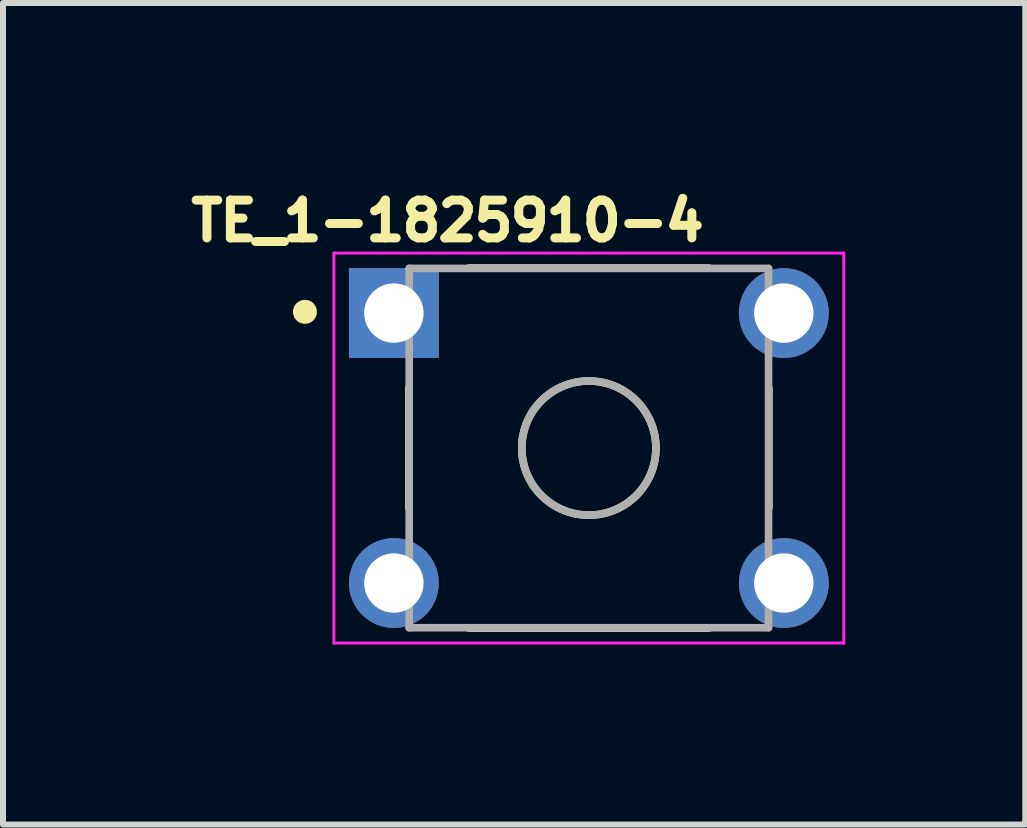
<source format=kicad_pcb>
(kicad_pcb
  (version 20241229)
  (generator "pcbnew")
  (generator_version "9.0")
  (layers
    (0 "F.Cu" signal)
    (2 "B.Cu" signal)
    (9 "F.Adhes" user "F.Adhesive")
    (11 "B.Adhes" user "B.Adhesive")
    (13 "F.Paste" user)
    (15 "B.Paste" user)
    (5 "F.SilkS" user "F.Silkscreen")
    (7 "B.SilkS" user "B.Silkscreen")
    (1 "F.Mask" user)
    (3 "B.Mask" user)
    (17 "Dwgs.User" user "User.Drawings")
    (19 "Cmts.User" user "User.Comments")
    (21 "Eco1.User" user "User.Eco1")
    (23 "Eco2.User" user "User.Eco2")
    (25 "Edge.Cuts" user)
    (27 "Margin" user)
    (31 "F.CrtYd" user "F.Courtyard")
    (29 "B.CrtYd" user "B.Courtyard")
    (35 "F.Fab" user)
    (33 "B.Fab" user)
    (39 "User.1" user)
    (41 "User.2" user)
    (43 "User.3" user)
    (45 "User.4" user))
  (footprint "TE_1-1825910-4"
    (layer "F.Cu")
    (at 6.766 4.419)
    (property "Reference" "TE_1-1825910-4" (at -2.355 -3.787 0) (layer "F.SilkS") (effects (font (size 0.631 0.631) (thickness 0.15))))
    (attr through_hole)
    (fp_line (start -3 -1) (end -3 1) (stroke (width 0.127) (type solid)) (layer "F.SilkS"))
    (fp_line (start -2 -3) (end 2 -3) (stroke (width 0.127) (type solid)) (layer "F.SilkS"))
    (fp_line (start -2 3) (end 2 3) (stroke (width 0.127) (type solid)) (layer "F.SilkS"))
    (fp_line (start 3 -1) (end 3 1) (stroke (width 0.127) (type solid)) (layer "F.SilkS"))
    (fp_circle (center -4.733 -2.271) (end -4.633 -2.271) (stroke (width 0.2) (type solid)) (fill no) (layer "F.SilkS"))
    (fp_circle (center 0 0) (end 1.118 0) (stroke (width 0.127) (type solid)) (fill no) (layer "F.SilkS"))
    (fp_line (start -4.25 -3.25) (end -4.25 3.25) (stroke (width 0.05) (type solid)) (layer "F.CrtYd"))
    (fp_line (start -4.25 3.25) (end 4.25 3.25) (stroke (width 0.05) (type solid)) (layer "F.CrtYd"))
    (fp_line (start 4.25 -3.25) (end -4.25 -3.25) (stroke (width 0.05) (type solid)) (layer "F.CrtYd"))
    (fp_line (start 4.25 3.25) (end 4.25 -3.25) (stroke (width 0.05) (type solid)) (layer "F.CrtYd"))
    (fp_line (start -2.995 -2.995) (end -2.995 2.995) (stroke (width 0.127) (type solid)) (layer "F.Fab"))
    (fp_line (start -2.995 2.995) (end 2.995 2.995) (stroke (width 0.127) (type solid)) (layer "F.Fab"))
    (fp_line (start 2.995 -2.995) (end -2.995 -2.995) (stroke (width 0.127) (type solid)) (layer "F.Fab"))
    (fp_line (start 2.995 2.995) (end 2.995 -2.995) (stroke (width 0.127) (type solid)) (layer "F.Fab"))
    (fp_circle (center 0 0) (end 1.118 0) (stroke (width 0.127) (type solid)) (fill no) (layer "F.Fab"))
    (pad "1" thru_hole rect (at -3.25 -2.25) (size 1.498 1.498) (drill 0.99) (layers "*.Cu" "*.Mask"))
    (pad "2" thru_hole circle (at 3.25 -2.25) (size 1.498 1.498) (drill 0.99) (layers "*.Cu" "*.Mask"))
    (pad "3" thru_hole circle (at -3.25 2.25) (size 1.498 1.498) (drill 0.99) (layers "*.Cu" "*.Mask"))
    (pad "4" thru_hole circle (at 3.25 2.25) (size 1.498 1.498) (drill 0.99) (layers "*.Cu" "*.Mask")))
  (gr_rect
    (start -3 -3)
    (end 14.041 10.694)
    (stroke (width 0.1) (type default))
    (fill no)
    (layer "Edge.Cuts")))
</source>
